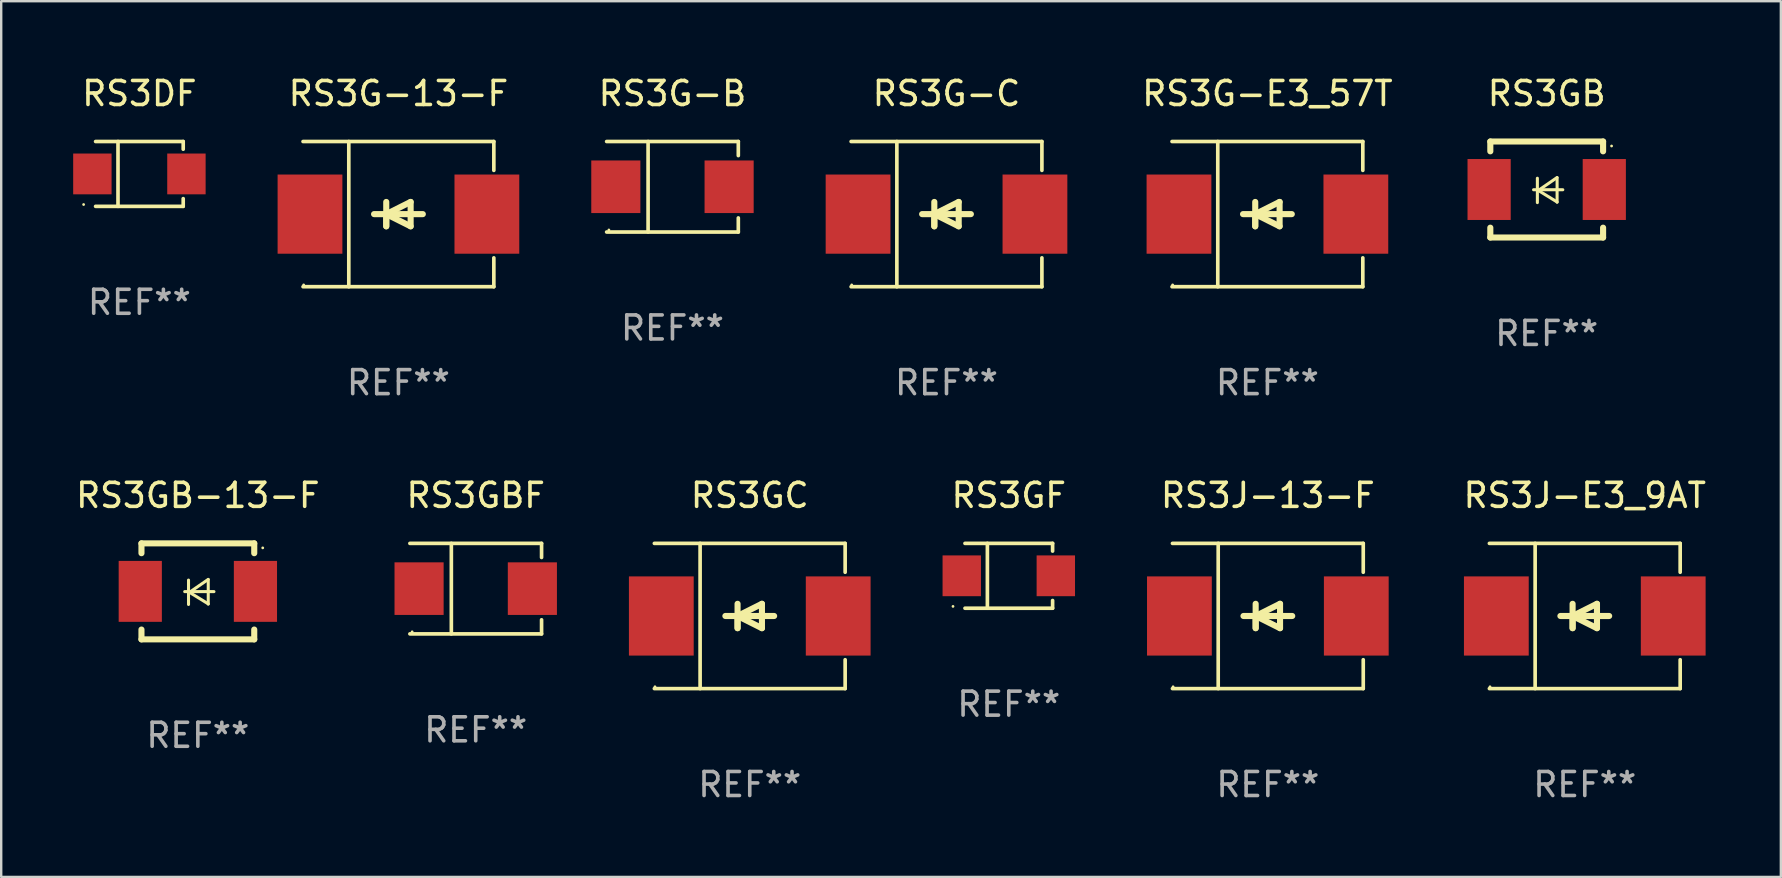
<source format=kicad_pcb>
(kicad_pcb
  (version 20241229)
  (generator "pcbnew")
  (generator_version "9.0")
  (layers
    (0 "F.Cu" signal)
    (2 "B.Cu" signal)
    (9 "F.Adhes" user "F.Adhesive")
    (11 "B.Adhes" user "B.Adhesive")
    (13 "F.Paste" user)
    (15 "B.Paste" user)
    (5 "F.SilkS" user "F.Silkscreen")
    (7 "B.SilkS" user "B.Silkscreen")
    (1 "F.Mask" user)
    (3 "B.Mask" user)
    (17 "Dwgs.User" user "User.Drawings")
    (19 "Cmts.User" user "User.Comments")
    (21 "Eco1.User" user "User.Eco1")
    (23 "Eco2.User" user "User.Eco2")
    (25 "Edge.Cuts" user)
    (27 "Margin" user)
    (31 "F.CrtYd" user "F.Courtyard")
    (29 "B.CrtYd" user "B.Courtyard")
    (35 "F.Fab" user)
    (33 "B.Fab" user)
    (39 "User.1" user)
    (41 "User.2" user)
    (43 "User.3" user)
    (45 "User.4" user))
  (footprint "RS3J-13-F"
    (layer "F.Cu")
    (at 49.791 22.623)
    (property "Reference" "RS3J-13-F" (at 0 -5.026 0) (layer "F.SilkS") (effects (font (size 1 1) (thickness 0.15))))
    (attr through_hole)
    (fp_line (start -3.976 -3.026) (end 3.976 -3.026) (stroke (width 0.152) (type solid)) (layer "F.SilkS"))
    (fp_line (start -3.976 3.026) (end 3.976 3.026) (stroke (width 0.152) (type solid)) (layer "F.SilkS"))
    (fp_line (start -2.069 -3.026) (end -2.069 3.026) (stroke (width 0.152) (type solid)) (layer "F.SilkS"))
    (fp_line (start -0.508 0) (end -0.508 0.508) (stroke (width 0.254) (type solid)) (layer "F.SilkS"))
    (fp_line (start -0.508 0) (end 0.508 0.508) (stroke (width 0.254) (type solid)) (layer "F.SilkS"))
    (fp_line (start -0.508 0.508) (end -0.508 -0.508) (stroke (width 0.254) (type solid)) (layer "F.SilkS"))
    (fp_line (start 0.508 -0.508) (end -0.508 0) (stroke (width 0.254) (type solid)) (layer "F.SilkS"))
    (fp_line (start 0.508 0.508) (end 0.508 -0.508) (stroke (width 0.254) (type solid)) (layer "F.SilkS"))
    (fp_line (start 1.016 0) (end -1.016 0) (stroke (width 0.254) (type solid)) (layer "F.SilkS"))
    (fp_line (start 3.976 -3.026) (end 3.976 -1.823) (stroke (width 0.152) (type solid)) (layer "F.SilkS"))
    (fp_line (start 3.976 3.026) (end 3.976 1.823) (stroke (width 0.152) (type solid)) (layer "F.SilkS"))
    (fp_circle (center -3.95 2.95) (end -3.92 2.95) (stroke (width 0.06) (type solid)) (fill no) (layer "F.SilkS"))
    (fp_text user "REF**" (at 0 7.026 0) (layer "F.Fab") (effects (font (size 1 1) (thickness 0.15))))
    (pad "1" smd rect (at -3.686 0) (size 2.7 3.3) (layers "F.Cu" "F.Mask" "F.Paste"))
    (pad "2" smd rect (at 3.686 0) (size 2.7 3.3) (layers "F.Cu" "F.Mask" "F.Paste")))
  (footprint "RS3GC"
    (layer "F.Cu")
    (at 28.198 22.623)
    (property "Reference" "RS3GC" (at 0 -5.026 0) (layer "F.SilkS") (effects (font (size 1 1) (thickness 0.15))))
    (attr through_hole)
    (fp_line (start -3.976 -3.026) (end 3.976 -3.026) (stroke (width 0.152) (type solid)) (layer "F.SilkS"))
    (fp_line (start -3.976 3.026) (end 3.976 3.026) (stroke (width 0.152) (type solid)) (layer "F.SilkS"))
    (fp_line (start -2.069 -3.026) (end -2.069 3.026) (stroke (width 0.152) (type solid)) (layer "F.SilkS"))
    (fp_line (start -0.508 0) (end -0.508 0.508) (stroke (width 0.254) (type solid)) (layer "F.SilkS"))
    (fp_line (start -0.508 0) (end 0.508 0.508) (stroke (width 0.254) (type solid)) (layer "F.SilkS"))
    (fp_line (start -0.508 0.508) (end -0.508 -0.508) (stroke (width 0.254) (type solid)) (layer "F.SilkS"))
    (fp_line (start 0.508 -0.508) (end -0.508 0) (stroke (width 0.254) (type solid)) (layer "F.SilkS"))
    (fp_line (start 0.508 0.508) (end 0.508 -0.508) (stroke (width 0.254) (type solid)) (layer "F.SilkS"))
    (fp_line (start 1.016 0) (end -1.016 0) (stroke (width 0.254) (type solid)) (layer "F.SilkS"))
    (fp_line (start 3.976 -3.026) (end 3.976 -1.823) (stroke (width 0.152) (type solid)) (layer "F.SilkS"))
    (fp_line (start 3.976 3.026) (end 3.976 1.823) (stroke (width 0.152) (type solid)) (layer "F.SilkS"))
    (fp_circle (center -3.95 2.95) (end -3.92 2.95) (stroke (width 0.06) (type solid)) (fill no) (layer "F.SilkS"))
    (fp_text user "REF**" (at 0 7.026 0) (layer "F.Fab") (effects (font (size 1 1) (thickness 0.15))))
    (pad "1" smd rect (at -3.686 0) (size 2.7 3.3) (layers "F.Cu" "F.Mask" "F.Paste"))
    (pad "2" smd rect (at 3.686 0) (size 2.7 3.3) (layers "F.Cu" "F.Mask" "F.Paste")))
  (footprint "RS3GBF"
    (layer "F.Cu")
    (at 16.777 21.483)
    (property "Reference" "RS3GBF" (at 0 -3.886 0) (layer "F.SilkS") (effects (font (size 1 1) (thickness 0.15))))
    (attr through_hole)
    (fp_line (start -2.744 -1.886) (end 2.744 -1.886) (stroke (width 0.152) (type solid)) (layer "F.SilkS"))
    (fp_line (start -2.744 1.886) (end 2.744 1.886) (stroke (width 0.152) (type solid)) (layer "F.SilkS"))
    (fp_line (start -1.016 -1.886) (end -1.016 1.886) (stroke (width 0.152) (type solid)) (layer "F.SilkS"))
    (fp_line (start 2.744 -1.886) (end 2.744 -1.299) (stroke (width 0.152) (type solid)) (layer "F.SilkS"))
    (fp_line (start 2.744 1.886) (end 2.744 1.299) (stroke (width 0.152) (type solid)) (layer "F.SilkS"))
    (fp_circle (center -2.65 1.8) (end -2.62 1.8) (stroke (width 0.06) (type solid)) (fill no) (layer "F.SilkS"))
    (fp_text user "REF**" (at 0 5.886 0) (layer "F.Fab") (effects (font (size 1 1) (thickness 0.15))))
    (pad "1" smd rect (at -2.361 0) (size 2.047 2.192) (layers "F.Cu" "F.Mask" "F.Paste"))
    (pad "2" smd rect (at 2.361 0) (size 2.047 2.192) (layers "F.Cu" "F.Mask" "F.Paste")))
  (footprint "RS3G-13-F"
    (layer "F.Cu")
    (at 13.556 5.874)
    (property "Reference" "RS3G-13-F" (at 0 -5.026 0) (layer "F.SilkS") (effects (font (size 1 1) (thickness 0.15))))
    (attr through_hole)
    (fp_line (start -3.976 -3.026) (end 3.976 -3.026) (stroke (width 0.152) (type solid)) (layer "F.SilkS"))
    (fp_line (start -3.976 3.026) (end 3.976 3.026) (stroke (width 0.152) (type solid)) (layer "F.SilkS"))
    (fp_line (start -2.069 -3.026) (end -2.069 3.026) (stroke (width 0.152) (type solid)) (layer "F.SilkS"))
    (fp_line (start -0.508 0) (end -0.508 0.508) (stroke (width 0.254) (type solid)) (layer "F.SilkS"))
    (fp_line (start -0.508 0) (end 0.508 0.508) (stroke (width 0.254) (type solid)) (layer "F.SilkS"))
    (fp_line (start -0.508 0.508) (end -0.508 -0.508) (stroke (width 0.254) (type solid)) (layer "F.SilkS"))
    (fp_line (start 0.508 -0.508) (end -0.508 0) (stroke (width 0.254) (type solid)) (layer "F.SilkS"))
    (fp_line (start 0.508 0.508) (end 0.508 -0.508) (stroke (width 0.254) (type solid)) (layer "F.SilkS"))
    (fp_line (start 1.016 0) (end -1.016 0) (stroke (width 0.254) (type solid)) (layer "F.SilkS"))
    (fp_line (start 3.976 -3.026) (end 3.976 -1.823) (stroke (width 0.152) (type solid)) (layer "F.SilkS"))
    (fp_line (start 3.976 3.026) (end 3.976 1.823) (stroke (width 0.152) (type solid)) (layer "F.SilkS"))
    (fp_circle (center -3.95 2.95) (end -3.92 2.95) (stroke (width 0.06) (type solid)) (fill no) (layer "F.SilkS"))
    (fp_text user "REF**" (at 0 7.026 0) (layer "F.Fab") (effects (font (size 1 1) (thickness 0.15))))
    (pad "1" smd rect (at -3.686 0) (size 2.7 3.3) (layers "F.Cu" "F.Mask" "F.Paste"))
    (pad "2" smd rect (at 3.686 0) (size 2.7 3.3) (layers "F.Cu" "F.Mask" "F.Paste")))
  (footprint "RS3GF"
    (layer "F.Cu")
    (at 38.994 20.948)
    (property "Reference" "RS3GF" (at 0 -3.351 0) (layer "F.SilkS") (effects (font (size 1 1) (thickness 0.15))))
    (attr through_hole)
    (fp_line (start -1.826 -1.351) (end 1.826 -1.351) (stroke (width 0.152) (type solid)) (layer "F.SilkS"))
    (fp_line (start -1.826 1.351) (end 1.826 1.351) (stroke (width 0.152) (type solid)) (layer "F.SilkS"))
    (fp_line (start -0.892 -1.351) (end -0.892 1.351) (stroke (width 0.152) (type solid)) (layer "F.SilkS"))
    (fp_line (start 1.826 -1.351) (end 1.826 -1.03) (stroke (width 0.152) (type solid)) (layer "F.SilkS"))
    (fp_line (start 1.826 1.03) (end 1.826 1.351) (stroke (width 0.152) (type solid)) (layer "F.SilkS"))
    (fp_circle (center -2.325 1.275) (end -2.295 1.275) (stroke (width 0.06) (type solid)) (fill no) (layer "F.SilkS"))
    (fp_text user "REF**" (at 0 5.351 0) (layer "F.Fab") (effects (font (size 1 1) (thickness 0.15))))
    (pad "1" smd rect (at -1.96 0 180) (size 1.6 1.7) (layers "F.Cu" "F.Mask" "F.Paste"))
    (pad "2" smd rect (at 1.96 0 180) (size 1.6 1.7) (layers "F.Cu" "F.Mask" "F.Paste")))
  (footprint "RS3G-E3_57T"
    (layer "F.Cu")
    (at 49.773 5.874)
    (property "Reference" "RS3G-E3_57T" (at 0 -5.026 0) (layer "F.SilkS") (effects (font (size 1 1) (thickness 0.15))))
    (attr through_hole)
    (fp_line (start -3.976 -3.026) (end 3.976 -3.026) (stroke (width 0.152) (type solid)) (layer "F.SilkS"))
    (fp_line (start -3.976 3.026) (end 3.976 3.026) (stroke (width 0.152) (type solid)) (layer "F.SilkS"))
    (fp_line (start -2.069 -3.026) (end -2.069 3.026) (stroke (width 0.152) (type solid)) (layer "F.SilkS"))
    (fp_line (start -0.508 0) (end -0.508 0.508) (stroke (width 0.254) (type solid)) (layer "F.SilkS"))
    (fp_line (start -0.508 0) (end 0.508 0.508) (stroke (width 0.254) (type solid)) (layer "F.SilkS"))
    (fp_line (start -0.508 0.508) (end -0.508 -0.508) (stroke (width 0.254) (type solid)) (layer "F.SilkS"))
    (fp_line (start 0.508 -0.508) (end -0.508 0) (stroke (width 0.254) (type solid)) (layer "F.SilkS"))
    (fp_line (start 0.508 0.508) (end 0.508 -0.508) (stroke (width 0.254) (type solid)) (layer "F.SilkS"))
    (fp_line (start 1.016 0) (end -1.016 0) (stroke (width 0.254) (type solid)) (layer "F.SilkS"))
    (fp_line (start 3.976 -3.026) (end 3.976 -1.823) (stroke (width 0.152) (type solid)) (layer "F.SilkS"))
    (fp_line (start 3.976 3.026) (end 3.976 1.823) (stroke (width 0.152) (type solid)) (layer "F.SilkS"))
    (fp_circle (center -3.95 2.95) (end -3.92 2.95) (stroke (width 0.06) (type solid)) (fill no) (layer "F.SilkS"))
    (fp_text user "REF**" (at 0 7.026 0) (layer "F.Fab") (effects (font (size 1 1) (thickness 0.15))))
    (pad "1" smd rect (at -3.686 0) (size 2.7 3.3) (layers "F.Cu" "F.Mask" "F.Paste"))
    (pad "2" smd rect (at 3.686 0) (size 2.7 3.3) (layers "F.Cu" "F.Mask" "F.Paste")))
  (footprint "RS3J-E3_9AT"
    (layer "F.Cu")
    (at 63 22.623)
    (property "Reference" "RS3J-E3_9AT" (at 0 -5.026 0) (layer "F.SilkS") (effects (font (size 1 1) (thickness 0.15))))
    (attr through_hole)
    (fp_line (start -3.976 -3.026) (end 3.976 -3.026) (stroke (width 0.152) (type solid)) (layer "F.SilkS"))
    (fp_line (start -3.976 3.026) (end 3.976 3.026) (stroke (width 0.152) (type solid)) (layer "F.SilkS"))
    (fp_line (start -2.069 -3.026) (end -2.069 3.026) (stroke (width 0.152) (type solid)) (layer "F.SilkS"))
    (fp_line (start -0.508 0) (end -0.508 0.508) (stroke (width 0.254) (type solid)) (layer "F.SilkS"))
    (fp_line (start -0.508 0) (end 0.508 0.508) (stroke (width 0.254) (type solid)) (layer "F.SilkS"))
    (fp_line (start -0.508 0.508) (end -0.508 -0.508) (stroke (width 0.254) (type solid)) (layer "F.SilkS"))
    (fp_line (start 0.508 -0.508) (end -0.508 0) (stroke (width 0.254) (type solid)) (layer "F.SilkS"))
    (fp_line (start 0.508 0.508) (end 0.508 -0.508) (stroke (width 0.254) (type solid)) (layer "F.SilkS"))
    (fp_line (start 1.016 0) (end -1.016 0) (stroke (width 0.254) (type solid)) (layer "F.SilkS"))
    (fp_line (start 3.976 -3.026) (end 3.976 -1.823) (stroke (width 0.152) (type solid)) (layer "F.SilkS"))
    (fp_line (start 3.976 3.026) (end 3.976 1.823) (stroke (width 0.152) (type solid)) (layer "F.SilkS"))
    (fp_circle (center -3.95 2.95) (end -3.92 2.95) (stroke (width 0.06) (type solid)) (fill no) (layer "F.SilkS"))
    (fp_text user "REF**" (at 0 7.026 0) (layer "F.Fab") (effects (font (size 1 1) (thickness 0.15))))
    (pad "1" smd rect (at -3.686 0) (size 2.7 3.3) (layers "F.Cu" "F.Mask" "F.Paste"))
    (pad "2" smd rect (at 3.686 0) (size 2.7 3.3) (layers "F.Cu" "F.Mask" "F.Paste")))
  (footprint "RS3GB"
    (layer "F.Cu")
    (at 61.413 4.848)
    (property "Reference" "RS3GB" (at 0 -4 0) (layer "F.SilkS") (effects (font (size 1 1) (thickness 0.15))))
    (attr through_hole)
    (fp_line (start -2.35 -2) (end -2.35 -1.591) (stroke (width 0.254) (type solid)) (layer "F.SilkS"))
    (fp_line (start -2.35 -2) (end 2.35 -2) (stroke (width 0.254) (type solid)) (layer "F.SilkS"))
    (fp_line (start -2.35 1.591) (end -2.35 2) (stroke (width 0.254) (type solid)) (layer "F.SilkS"))
    (fp_line (start -2.35 2) (end 2.35 2) (stroke (width 0.254) (type solid)) (layer "F.SilkS"))
    (fp_line (start -0.548 0.01) (end 0.671 0.01) (stroke (width 0.127) (type solid)) (layer "F.SilkS"))
    (fp_line (start -0.389 -0.47) (end -0.389 0.546) (stroke (width 0.127) (type solid)) (layer "F.SilkS"))
    (fp_line (start -0.35 0.04) (end 0.433 0.52) (stroke (width 0.127) (type solid)) (layer "F.SilkS"))
    (fp_line (start 0.433 -0.5) (end -0.35 0.04) (stroke (width 0.127) (type solid)) (layer "F.SilkS"))
    (fp_line (start 0.433 0.53) (end 0.433 -0.486) (stroke (width 0.127) (type solid)) (layer "F.SilkS"))
    (fp_line (start 2.35 -2) (end 2.35 -1.591) (stroke (width 0.254) (type solid)) (layer "F.SilkS"))
    (fp_line (start 2.35 1.591) (end 2.35 2) (stroke (width 0.254) (type solid)) (layer "F.SilkS"))
    (fp_circle (center 2.704 -1.813) (end 2.734 -1.813) (stroke (width 0.06) (type solid)) (fill no) (layer "F.SilkS"))
    (fp_text user "REF**" (at 0 6 0) (layer "F.Fab") (effects (font (size 1 1) (thickness 0.15))))
    (pad "1" smd rect (at 2.4 0) (size 1.8 2.54) (layers "F.Cu" "F.Mask" "F.Paste"))
    (pad "2" smd rect (at -2.4 0) (size 1.8 2.54) (layers "F.Cu" "F.Mask" "F.Paste")))
  (footprint "RS3G-C"
    (layer "F.Cu")
    (at 36.398 5.874)
    (property "Reference" "RS3G-C" (at 0 -5.026 0) (layer "F.SilkS") (effects (font (size 1 1) (thickness 0.15))))
    (attr through_hole)
    (fp_line (start -3.976 -3.026) (end 3.976 -3.026) (stroke (width 0.152) (type solid)) (layer "F.SilkS"))
    (fp_line (start -3.976 3.026) (end 3.976 3.026) (stroke (width 0.152) (type solid)) (layer "F.SilkS"))
    (fp_line (start -2.069 -3.026) (end -2.069 3.026) (stroke (width 0.152) (type solid)) (layer "F.SilkS"))
    (fp_line (start -0.508 0) (end -0.508 0.508) (stroke (width 0.254) (type solid)) (layer "F.SilkS"))
    (fp_line (start -0.508 0) (end 0.508 0.508) (stroke (width 0.254) (type solid)) (layer "F.SilkS"))
    (fp_line (start -0.508 0.508) (end -0.508 -0.508) (stroke (width 0.254) (type solid)) (layer "F.SilkS"))
    (fp_line (start 0.508 -0.508) (end -0.508 0) (stroke (width 0.254) (type solid)) (layer "F.SilkS"))
    (fp_line (start 0.508 0.508) (end 0.508 -0.508) (stroke (width 0.254) (type solid)) (layer "F.SilkS"))
    (fp_line (start 1.016 0) (end -1.016 0) (stroke (width 0.254) (type solid)) (layer "F.SilkS"))
    (fp_line (start 3.976 -3.026) (end 3.976 -1.823) (stroke (width 0.152) (type solid)) (layer "F.SilkS"))
    (fp_line (start 3.976 3.026) (end 3.976 1.823) (stroke (width 0.152) (type solid)) (layer "F.SilkS"))
    (fp_circle (center -3.95 2.95) (end -3.92 2.95) (stroke (width 0.06) (type solid)) (fill no) (layer "F.SilkS"))
    (fp_text user "REF**" (at 0 7.026 0) (layer "F.Fab") (effects (font (size 1 1) (thickness 0.15))))
    (pad "1" smd rect (at -3.686 0) (size 2.7 3.3) (layers "F.Cu" "F.Mask" "F.Paste"))
    (pad "2" smd rect (at 3.686 0) (size 2.7 3.3) (layers "F.Cu" "F.Mask" "F.Paste")))
  (footprint "RS3DF"
    (layer "F.Cu")
    (at 2.76 4.199)
    (property "Reference" "RS3DF" (at 0 -3.351 0) (layer "F.SilkS") (effects (font (size 1 1) (thickness 0.15))))
    (attr through_hole)
    (fp_line (start -1.826 -1.351) (end 1.826 -1.351) (stroke (width 0.152) (type solid)) (layer "F.SilkS"))
    (fp_line (start -1.826 1.351) (end 1.826 1.351) (stroke (width 0.152) (type solid)) (layer "F.SilkS"))
    (fp_line (start -0.892 -1.351) (end -0.892 1.351) (stroke (width 0.152) (type solid)) (layer "F.SilkS"))
    (fp_line (start 1.826 -1.351) (end 1.826 -1.03) (stroke (width 0.152) (type solid)) (layer "F.SilkS"))
    (fp_line (start 1.826 1.03) (end 1.826 1.351) (stroke (width 0.152) (type solid)) (layer "F.SilkS"))
    (fp_circle (center -2.325 1.275) (end -2.295 1.275) (stroke (width 0.06) (type solid)) (fill no) (layer "F.SilkS"))
    (fp_text user "REF**" (at 0 5.351 0) (layer "F.Fab") (effects (font (size 1 1) (thickness 0.15))))
    (pad "1" smd rect (at -1.96 0 180) (size 1.6 1.7) (layers "F.Cu" "F.Mask" "F.Paste"))
    (pad "2" smd rect (at 1.96 0 180) (size 1.6 1.7) (layers "F.Cu" "F.Mask" "F.Paste")))
  (footprint "RS3G-B"
    (layer "F.Cu")
    (at 24.977 4.734)
    (property "Reference" "RS3G-B" (at 0 -3.886 0) (layer "F.SilkS") (effects (font (size 1 1) (thickness 0.15))))
    (attr through_hole)
    (fp_line (start -2.744 -1.886) (end 2.744 -1.886) (stroke (width 0.152) (type solid)) (layer "F.SilkS"))
    (fp_line (start -2.744 1.886) (end 2.744 1.886) (stroke (width 0.152) (type solid)) (layer "F.SilkS"))
    (fp_line (start -1.016 -1.886) (end -1.016 1.886) (stroke (width 0.152) (type solid)) (layer "F.SilkS"))
    (fp_line (start 2.744 -1.886) (end 2.744 -1.299) (stroke (width 0.152) (type solid)) (layer "F.SilkS"))
    (fp_line (start 2.744 1.886) (end 2.744 1.299) (stroke (width 0.152) (type solid)) (layer "F.SilkS"))
    (fp_circle (center -2.65 1.8) (end -2.62 1.8) (stroke (width 0.06) (type solid)) (fill no) (layer "F.SilkS"))
    (fp_text user "REF**" (at 0 5.886 0) (layer "F.Fab") (effects (font (size 1 1) (thickness 0.15))))
    (pad "1" smd rect (at -2.361 0) (size 2.047 2.192) (layers "F.Cu" "F.Mask" "F.Paste"))
    (pad "2" smd rect (at 2.361 0) (size 2.047 2.192) (layers "F.Cu" "F.Mask" "F.Paste")))
  (footprint "RS3GB-13-F"
    (layer "F.Cu")
    (at 5.196 21.597)
    (property "Reference" "RS3GB-13-F" (at 0 -4 0) (layer "F.SilkS") (effects (font (size 1 1) (thickness 0.15))))
    (attr through_hole)
    (fp_line (start -2.35 -2) (end -2.35 -1.591) (stroke (width 0.254) (type solid)) (layer "F.SilkS"))
    (fp_line (start -2.35 -2) (end 2.35 -2) (stroke (width 0.254) (type solid)) (layer "F.SilkS"))
    (fp_line (start -2.35 1.591) (end -2.35 2) (stroke (width 0.254) (type solid)) (layer "F.SilkS"))
    (fp_line (start -2.35 2) (end 2.35 2) (stroke (width 0.254) (type solid)) (layer "F.SilkS"))
    (fp_line (start -0.548 0.01) (end 0.671 0.01) (stroke (width 0.127) (type solid)) (layer "F.SilkS"))
    (fp_line (start -0.389 -0.47) (end -0.389 0.546) (stroke (width 0.127) (type solid)) (layer "F.SilkS"))
    (fp_line (start -0.35 0.04) (end 0.433 0.52) (stroke (width 0.127) (type solid)) (layer "F.SilkS"))
    (fp_line (start 0.433 -0.5) (end -0.35 0.04) (stroke (width 0.127) (type solid)) (layer "F.SilkS"))
    (fp_line (start 0.433 0.53) (end 0.433 -0.486) (stroke (width 0.127) (type solid)) (layer "F.SilkS"))
    (fp_line (start 2.35 -2) (end 2.35 -1.591) (stroke (width 0.254) (type solid)) (layer "F.SilkS"))
    (fp_line (start 2.35 1.591) (end 2.35 2) (stroke (width 0.254) (type solid)) (layer "F.SilkS"))
    (fp_circle (center 2.704 -1.813) (end 2.734 -1.813) (stroke (width 0.06) (type solid)) (fill no) (layer "F.SilkS"))
    (fp_text user "REF**" (at 0 6 0) (layer "F.Fab") (effects (font (size 1 1) (thickness 0.15))))
    (pad "1" smd rect (at 2.4 0) (size 1.8 2.54) (layers "F.Cu" "F.Mask" "F.Paste"))
    (pad "2" smd rect (at -2.4 0) (size 1.8 2.54) (layers "F.Cu" "F.Mask" "F.Paste")))
  (gr_rect
    (start -3 -3)
    (end 71.172 33.498)
    (stroke (width 0.1) (type default))
    (fill no)
    (layer "Edge.Cuts")))
</source>
